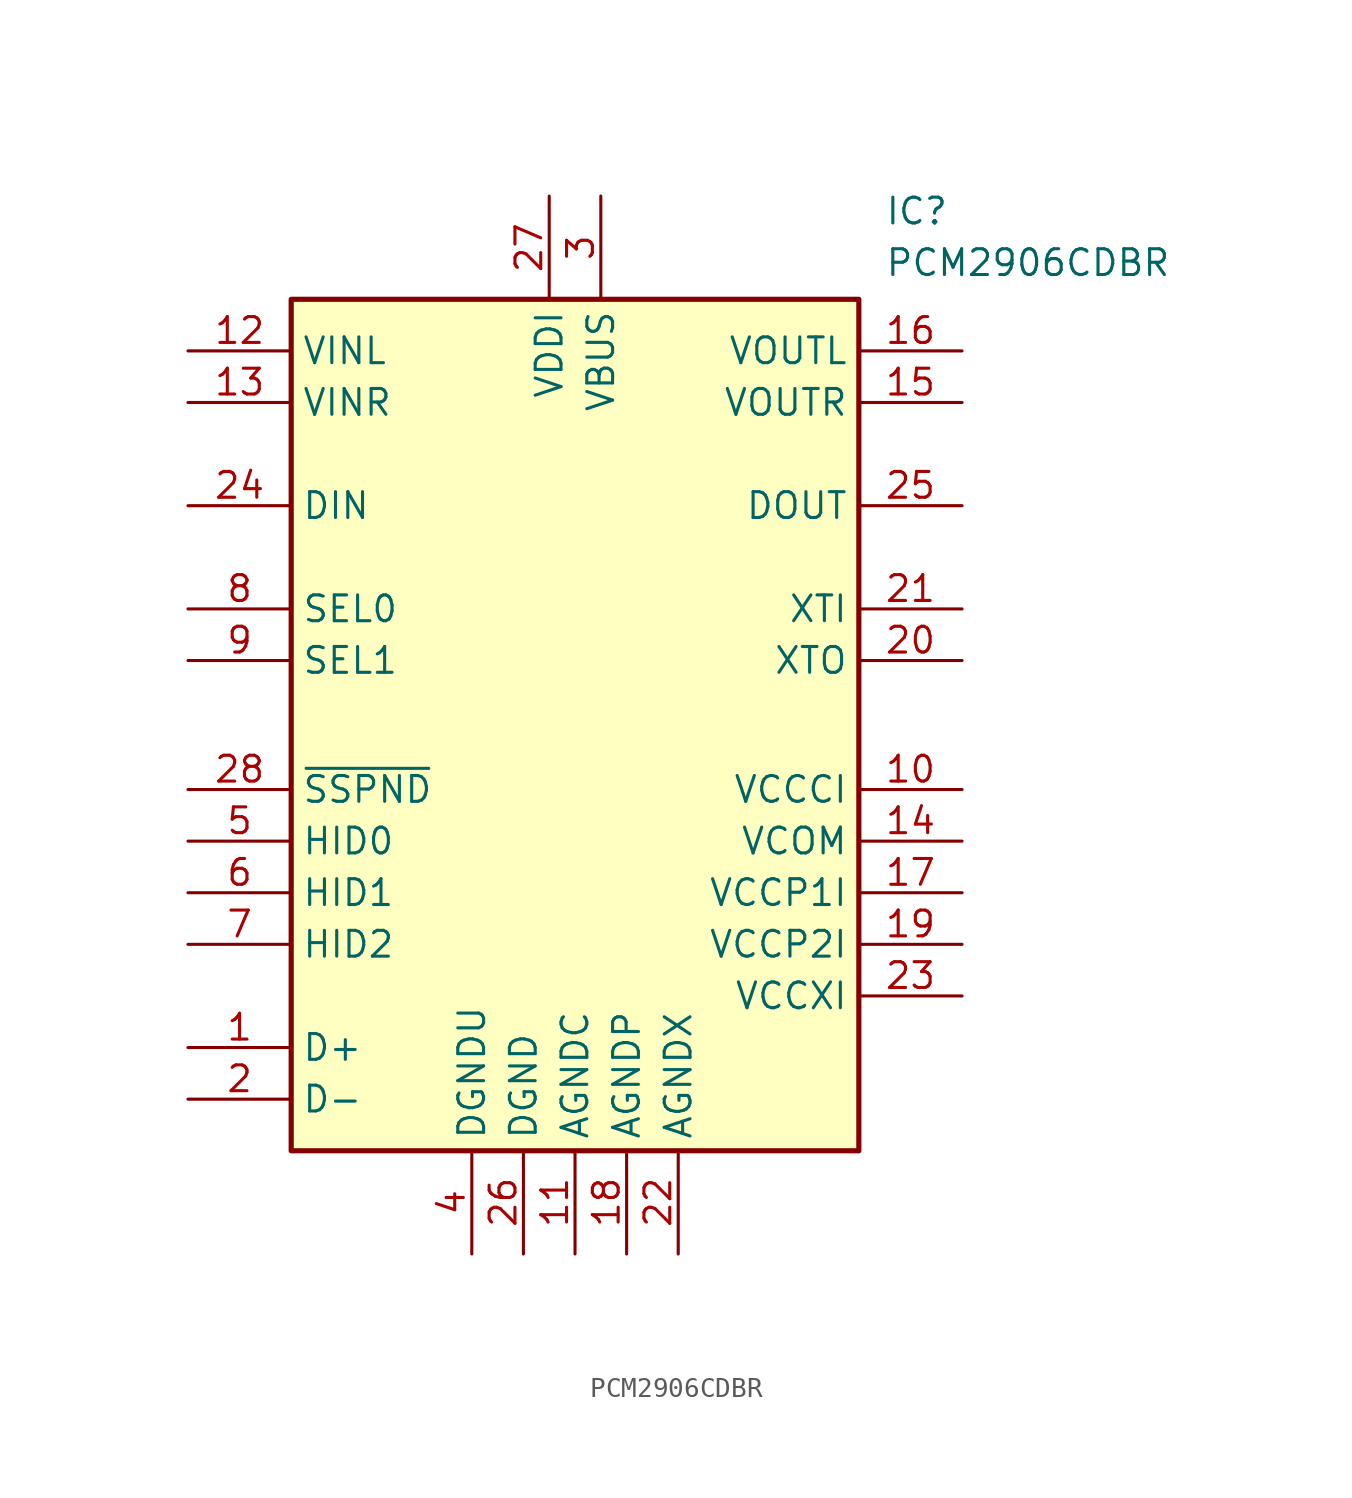
<source format=kicad_sym>
(kicad_symbol_lib
  (version 20231120)
  (generator "kicad_symbol_editor")
  (generator_version "8.0")
  (symbol "PCM2906CDBR"
    (property "Reference" "IC"
      (at 29.21 7.62 0)
      (effects (font (size 1.27 1.27)) (justify left top)))
    (property "Value" "PCM2906CDBR"
      (at 29.21 5.08 0)
      (effects (font (size 1.27 1.27)) (justify left top)))
    (symbol "PCM2906CDBR_1_1"
      (rectangle (start 0 2.54) (end 27.94 -39.37) (stroke (width 0.254) (type default)) (fill (type background)))
      (pin passive line (at -5.08 -34.29 0) (length 5.08) (name "D+" (effects (font (size 1.27 1.27)))) (number "1" (effects (font (size 1.27 1.27)))))
      (pin passive line (at 33.02 -21.59 180) (length 5.08) (name "VCCCI" (effects (font (size 1.27 1.27)))) (number "10" (effects (font (size 1.27 1.27)))))
      (pin passive line (at 13.97 -44.45 90) (length 5.08) (name "AGNDC" (effects (font (size 1.27 1.27)))) (number "11" (effects (font (size 1.27 1.27)))))
      (pin passive line (at -5.08 0 0) (length 5.08) (name "VINL" (effects (font (size 1.27 1.27)))) (number "12" (effects (font (size 1.27 1.27)))))
      (pin passive line (at -5.08 -2.54 0) (length 5.08) (name "VINR" (effects (font (size 1.27 1.27)))) (number "13" (effects (font (size 1.27 1.27)))))
      (pin passive line (at 33.02 -24.13 180) (length 5.08) (name "VCOM" (effects (font (size 1.27 1.27)))) (number "14" (effects (font (size 1.27 1.27)))))
      (pin passive line (at 33.02 -2.54 180) (length 5.08) (name "VOUTR" (effects (font (size 1.27 1.27)))) (number "15" (effects (font (size 1.27 1.27)))))
      (pin passive line (at 33.02 0 180) (length 5.08) (name "VOUTL" (effects (font (size 1.27 1.27)))) (number "16" (effects (font (size 1.27 1.27)))))
      (pin passive line (at 33.02 -26.67 180) (length 5.08) (name "VCCP1I" (effects (font (size 1.27 1.27)))) (number "17" (effects (font (size 1.27 1.27)))))
      (pin passive line (at 16.51 -44.45 90) (length 5.08) (name "AGNDP" (effects (font (size 1.27 1.27)))) (number "18" (effects (font (size 1.27 1.27)))))
      (pin passive line (at 33.02 -29.21 180) (length 5.08) (name "VCCP2I" (effects (font (size 1.27 1.27)))) (number "19" (effects (font (size 1.27 1.27)))))
      (pin passive line (at -5.08 -36.83 0) (length 5.08) (name "D-" (effects (font (size 1.27 1.27)))) (number "2" (effects (font (size 1.27 1.27)))))
      (pin passive line (at 33.02 -15.24 180) (length 5.08) (name "XTO" (effects (font (size 1.27 1.27)))) (number "20" (effects (font (size 1.27 1.27)))))
      (pin passive line (at 33.02 -12.7 180) (length 5.08) (name "XTI" (effects (font (size 1.27 1.27)))) (number "21" (effects (font (size 1.27 1.27)))))
      (pin passive line (at 19.05 -44.45 90) (length 5.08) (name "AGNDX" (effects (font (size 1.27 1.27)))) (number "22" (effects (font (size 1.27 1.27)))))
      (pin passive line (at 33.02 -31.75 180) (length 5.08) (name "VCCXI" (effects (font (size 1.27 1.27)))) (number "23" (effects (font (size 1.27 1.27)))))
      (pin passive line (at -5.08 -7.62 0) (length 5.08) (name "DIN" (effects (font (size 1.27 1.27)))) (number "24" (effects (font (size 1.27 1.27)))))
      (pin passive line (at 33.02 -7.62 180) (length 5.08) (name "DOUT" (effects (font (size 1.27 1.27)))) (number "25" (effects (font (size 1.27 1.27)))))
      (pin passive line (at 11.43 -44.45 90) (length 5.08) (name "DGND" (effects (font (size 1.27 1.27)))) (number "26" (effects (font (size 1.27 1.27)))))
      (pin passive line (at 12.7 7.62 270) (length 5.08) (name "VDDI" (effects (font (size 1.27 1.27)))) (number "27" (effects (font (size 1.27 1.27)))))
      (pin passive line (at -5.08 -21.59 0) (length 5.08) (name "~{SSPND}" (effects (font (size 1.27 1.27)))) (number "28" (effects (font (size 1.27 1.27)))))
      (pin passive line (at 15.24 7.62 270) (length 5.08) (name "VBUS" (effects (font (size 1.27 1.27)))) (number "3" (effects (font (size 1.27 1.27)))))
      (pin passive line (at 8.89 -44.45 90) (length 5.08) (name "DGNDU" (effects (font (size 1.27 1.27)))) (number "4" (effects (font (size 1.27 1.27)))))
      (pin passive line (at -5.08 -24.13 0) (length 5.08) (name "HID0" (effects (font (size 1.27 1.27)))) (number "5" (effects (font (size 1.27 1.27)))))
      (pin passive line (at -5.08 -26.67 0) (length 5.08) (name "HID1" (effects (font (size 1.27 1.27)))) (number "6" (effects (font (size 1.27 1.27)))))
      (pin passive line (at -5.08 -29.21 0) (length 5.08) (name "HID2" (effects (font (size 1.27 1.27)))) (number "7" (effects (font (size 1.27 1.27)))))
      (pin passive line (at -5.08 -12.7 0) (length 5.08) (name "SEL0" (effects (font (size 1.27 1.27)))) (number "8" (effects (font (size 1.27 1.27)))))
      (pin passive line (at -5.08 -15.24 0) (length 5.08) (name "SEL1" (effects (font (size 1.27 1.27)))) (number "9" (effects (font (size 1.27 1.27))))))))
</source>
